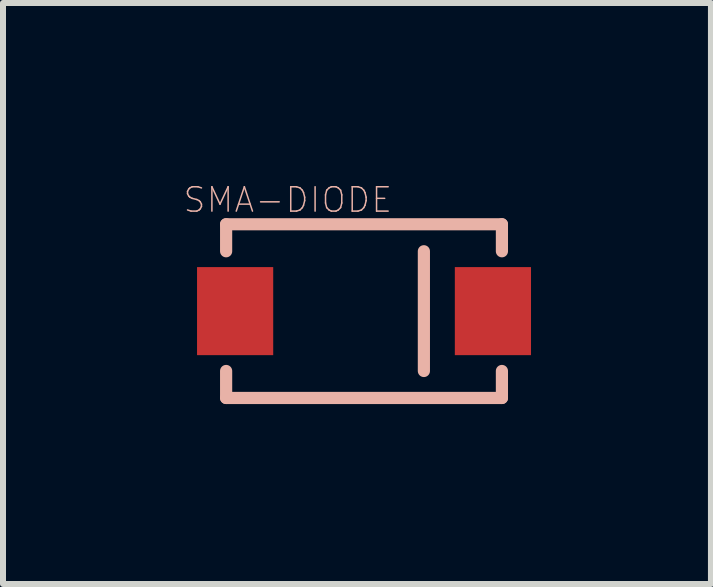
<source format=kicad_pcb>
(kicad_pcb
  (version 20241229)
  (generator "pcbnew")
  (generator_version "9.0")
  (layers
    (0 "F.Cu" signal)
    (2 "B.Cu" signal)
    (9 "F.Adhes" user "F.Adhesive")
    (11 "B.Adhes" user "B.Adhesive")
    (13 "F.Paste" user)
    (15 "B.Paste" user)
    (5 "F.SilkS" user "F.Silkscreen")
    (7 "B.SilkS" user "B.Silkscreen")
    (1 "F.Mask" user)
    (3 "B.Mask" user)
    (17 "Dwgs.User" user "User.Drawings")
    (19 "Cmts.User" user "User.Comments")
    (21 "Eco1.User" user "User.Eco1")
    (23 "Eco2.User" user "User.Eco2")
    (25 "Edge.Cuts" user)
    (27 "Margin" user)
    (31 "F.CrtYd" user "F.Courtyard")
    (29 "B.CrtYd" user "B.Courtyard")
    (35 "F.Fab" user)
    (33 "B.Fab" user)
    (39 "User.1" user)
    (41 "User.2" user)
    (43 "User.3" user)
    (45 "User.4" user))
  (footprint "SMA-DIODE"
    (layer "F.Cu")
    (at 3.019 2.137)
    (property "Reference" "SMA-DIODE" (at -1.27 -1.854 0) (layer "B.SilkS") (effects (font (size 0.406 0.406) (thickness 0.025))))
    (attr smd)
    (fp_line (start -2.299 -1.448) (end 2.299 -1.448) (stroke (width 0.203) (type solid)) (layer "B.SilkS"))
    (fp_line (start -2.299 -0.998) (end -2.299 -1.448) (stroke (width 0.203) (type solid)) (layer "B.SilkS"))
    (fp_line (start -2.299 1.448) (end -2.299 0.998) (stroke (width 0.203) (type solid)) (layer "B.SilkS"))
    (fp_line (start 0.998 -0.998) (end 0.998 0.998) (stroke (width 0.203) (type solid)) (layer "B.SilkS"))
    (fp_line (start 2.299 -1.448) (end 2.299 -0.998) (stroke (width 0.203) (type solid)) (layer "B.SilkS"))
    (fp_line (start 2.299 0.998) (end 2.299 1.448) (stroke (width 0.203) (type solid)) (layer "B.SilkS"))
    (fp_line (start 2.299 1.448) (end -2.299 1.448) (stroke (width 0.203) (type solid)) (layer "B.SilkS"))
    (pad "1" smd rect (at 2.149 0) (size 1.27 1.468) (layers "F.Cu" "F.Mask" "F.Paste"))
    (pad "2" smd rect (at -2.149 0 180) (size 1.27 1.468) (layers "F.Cu" "F.Mask" "F.Paste")))
  (gr_rect
    (start -3 -3)
    (end 8.803 6.686)
    (stroke (width 0.1) (type default))
    (fill no)
    (layer "Edge.Cuts")))
</source>
